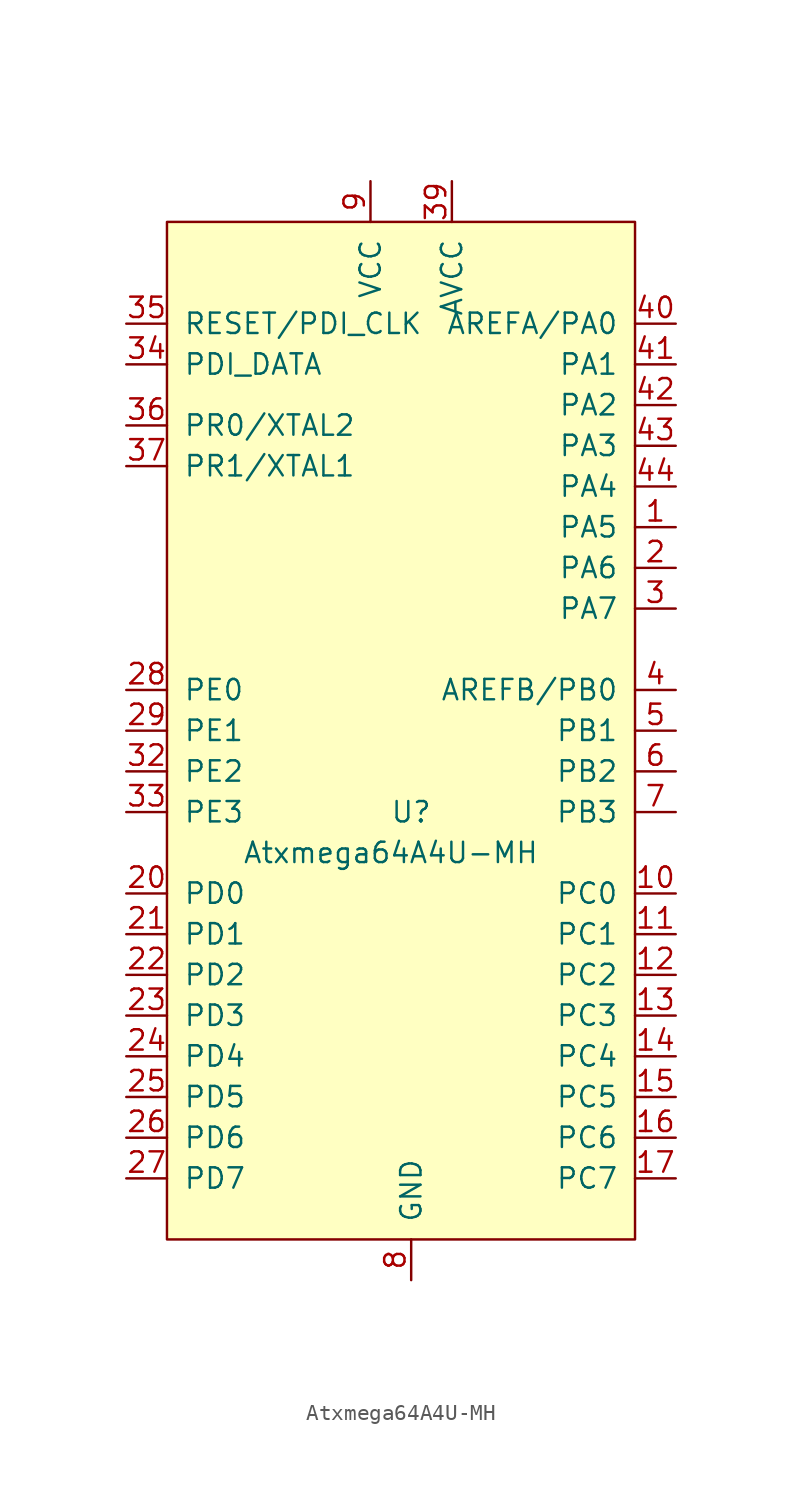
<source format=kicad_sym>
(kicad_symbol_lib
  (version 20211014)
  (generator kicad_symbol_editor)
  (symbol "Atxmega64A4U-MH"
    (pin_names
      (offset 1.016))
    (property "Reference" "U"
      (at 0 -5.08 0)
      (effects (font (size 1.27 1.27))))
    (property "Value" "Atxmega64A4U-MH"
      (at -1.27 -7.62 0)
      (effects (font (size 1.27 1.27))))
    (symbol "Atxmega64A4U-MH_1_1"
      (rectangle (start -15.24 31.75) (end 13.97 -31.75) (stroke (width 0) (type default) (color 0 0 0 0)) (fill (type background)))
      (pin bidirectional line (at 16.51 12.7 180) (length 2.54) (name "PA5" (effects (font (size 1.27 1.27)))) (number "1" (effects (font (size 1.27 1.27)))))
      (pin bidirectional line (at 16.51 -10.16 180) (length 2.54) (name "PC0" (effects (font (size 1.27 1.27)))) (number "10" (effects (font (size 1.27 1.27)))))
      (pin bidirectional line (at 16.51 -12.7 180) (length 2.54) (name "PC1" (effects (font (size 1.27 1.27)))) (number "11" (effects (font (size 1.27 1.27)))))
      (pin bidirectional line (at 16.51 -15.24 180) (length 2.54) (name "PC2" (effects (font (size 1.27 1.27)))) (number "12" (effects (font (size 1.27 1.27)))))
      (pin bidirectional line (at 16.51 -17.78 180) (length 2.54) (name "PC3" (effects (font (size 1.27 1.27)))) (number "13" (effects (font (size 1.27 1.27)))))
      (pin bidirectional line (at 16.51 -20.32 180) (length 2.54) (name "PC4" (effects (font (size 1.27 1.27)))) (number "14" (effects (font (size 1.27 1.27)))))
      (pin bidirectional line (at 16.51 -22.86 180) (length 2.54) (name "PC5" (effects (font (size 1.27 1.27)))) (number "15" (effects (font (size 1.27 1.27)))))
      (pin bidirectional line (at 16.51 -25.4 180) (length 2.54) (name "PC6" (effects (font (size 1.27 1.27)))) (number "16" (effects (font (size 1.27 1.27)))))
      (pin bidirectional line (at 16.51 -27.94 180) (length 2.54) (name "PC7" (effects (font (size 1.27 1.27)))) (number "17" (effects (font (size 1.27 1.27)))))
      (pin passive line (at 0 -34.29 90) (length 2.54) hide (name "GND" (effects (font (size 1.27 1.27)))) (number "18" (effects (font (size 1.27 1.27)))))
      (pin passive line (at -2.54 34.29 270) (length 2.54) hide (name "VCC" (effects (font (size 1.27 1.27)))) (number "19" (effects (font (size 1.27 1.27)))))
      (pin bidirectional line (at 16.51 10.16 180) (length 2.54) (name "PA6" (effects (font (size 1.27 1.27)))) (number "2" (effects (font (size 1.27 1.27)))))
      (pin bidirectional line (at -17.78 -10.16 0) (length 2.54) (name "PD0" (effects (font (size 1.27 1.27)))) (number "20" (effects (font (size 1.27 1.27)))))
      (pin bidirectional line (at -17.78 -12.7 0) (length 2.54) (name "PD1" (effects (font (size 1.27 1.27)))) (number "21" (effects (font (size 1.27 1.27)))))
      (pin bidirectional line (at -17.78 -15.24 0) (length 2.54) (name "PD2" (effects (font (size 1.27 1.27)))) (number "22" (effects (font (size 1.27 1.27)))))
      (pin bidirectional line (at -17.78 -17.78 0) (length 2.54) (name "PD3" (effects (font (size 1.27 1.27)))) (number "23" (effects (font (size 1.27 1.27)))))
      (pin bidirectional line (at -17.78 -20.32 0) (length 2.54) (name "PD4" (effects (font (size 1.27 1.27)))) (number "24" (effects (font (size 1.27 1.27)))))
      (pin bidirectional line (at -17.78 -22.86 0) (length 2.54) (name "PD5" (effects (font (size 1.27 1.27)))) (number "25" (effects (font (size 1.27 1.27)))))
      (pin bidirectional line (at -17.78 -25.4 0) (length 2.54) (name "PD6" (effects (font (size 1.27 1.27)))) (number "26" (effects (font (size 1.27 1.27)))))
      (pin bidirectional line (at -17.78 -27.94 0) (length 2.54) (name "PD7" (effects (font (size 1.27 1.27)))) (number "27" (effects (font (size 1.27 1.27)))))
      (pin bidirectional line (at -17.78 2.54 0) (length 2.54) (name "PE0" (effects (font (size 1.27 1.27)))) (number "28" (effects (font (size 1.27 1.27)))))
      (pin bidirectional line (at -17.78 0 0) (length 2.54) (name "PE1" (effects (font (size 1.27 1.27)))) (number "29" (effects (font (size 1.27 1.27)))))
      (pin bidirectional line (at 16.51 7.62 180) (length 2.54) (name "PA7" (effects (font (size 1.27 1.27)))) (number "3" (effects (font (size 1.27 1.27)))))
      (pin passive line (at 0 -34.29 90) (length 2.54) hide (name "GND" (effects (font (size 1.27 1.27)))) (number "30" (effects (font (size 1.27 1.27)))))
      (pin passive line (at -2.54 34.29 270) (length 2.54) hide (name "VCC" (effects (font (size 1.27 1.27)))) (number "31" (effects (font (size 1.27 1.27)))))
      (pin bidirectional line (at -17.78 -2.54 0) (length 2.54) (name "PE2" (effects (font (size 1.27 1.27)))) (number "32" (effects (font (size 1.27 1.27)))))
      (pin bidirectional line (at -17.78 -5.08 0) (length 2.54) (name "PE3" (effects (font (size 1.27 1.27)))) (number "33" (effects (font (size 1.27 1.27)))))
      (pin bidirectional line (at -17.78 22.86 0) (length 2.54) (name "PDI_DATA" (effects (font (size 1.27 1.27)))) (number "34" (effects (font (size 1.27 1.27)))))
      (pin input line (at -17.78 25.4 0) (length 2.54) (name "RESET/PDI_CLK" (effects (font (size 1.27 1.27)))) (number "35" (effects (font (size 1.27 1.27)))))
      (pin bidirectional line (at -17.78 19.05 0) (length 2.54) (name "PR0/XTAL2" (effects (font (size 1.27 1.27)))) (number "36" (effects (font (size 1.27 1.27)))))
      (pin bidirectional line (at -17.78 16.51 0) (length 2.54) (name "PR1/XTAL1" (effects (font (size 1.27 1.27)))) (number "37" (effects (font (size 1.27 1.27)))))
      (pin passive line (at 0 -34.29 90) (length 2.54) hide (name "GND" (effects (font (size 1.27 1.27)))) (number "38" (effects (font (size 1.27 1.27)))))
      (pin power_in line (at 2.54 34.29 270) (length 2.54) (name "AVCC" (effects (font (size 1.27 1.27)))) (number "39" (effects (font (size 1.27 1.27)))))
      (pin bidirectional line (at 16.51 2.54 180) (length 2.54) (name "AREFB/PB0" (effects (font (size 1.27 1.27)))) (number "4" (effects (font (size 1.27 1.27)))))
      (pin bidirectional line (at 16.51 25.4 180) (length 2.54) (name "AREFA/PA0" (effects (font (size 1.27 1.27)))) (number "40" (effects (font (size 1.27 1.27)))))
      (pin bidirectional line (at 16.51 22.86 180) (length 2.54) (name "PA1" (effects (font (size 1.27 1.27)))) (number "41" (effects (font (size 1.27 1.27)))))
      (pin bidirectional line (at 16.51 20.32 180) (length 2.54) (name "PA2" (effects (font (size 1.27 1.27)))) (number "42" (effects (font (size 1.27 1.27)))))
      (pin bidirectional line (at 16.51 17.78 180) (length 2.54) (name "PA3" (effects (font (size 1.27 1.27)))) (number "43" (effects (font (size 1.27 1.27)))))
      (pin bidirectional line (at 16.51 15.24 180) (length 2.54) (name "PA4" (effects (font (size 1.27 1.27)))) (number "44" (effects (font (size 1.27 1.27)))))
      (pin passive line (at 0 -34.29 90) (length 2.54) hide (name "GND" (effects (font (size 1.27 1.27)))) (number "45" (effects (font (size 1.27 1.27)))))
      (pin bidirectional line (at 16.51 0 180) (length 2.54) (name "PB1" (effects (font (size 1.27 1.27)))) (number "5" (effects (font (size 1.27 1.27)))))
      (pin bidirectional line (at 16.51 -2.54 180) (length 2.54) (name "PB2" (effects (font (size 1.27 1.27)))) (number "6" (effects (font (size 1.27 1.27)))))
      (pin bidirectional line (at 16.51 -5.08 180) (length 2.54) (name "PB3" (effects (font (size 1.27 1.27)))) (number "7" (effects (font (size 1.27 1.27)))))
      (pin power_in line (at 0 -34.29 90) (length 2.54) (name "GND" (effects (font (size 1.27 1.27)))) (number "8" (effects (font (size 1.27 1.27)))))
      (pin power_in line (at -2.54 34.29 270) (length 2.54) (name "VCC" (effects (font (size 1.27 1.27)))) (number "9" (effects (font (size 1.27 1.27))))))))
</source>
